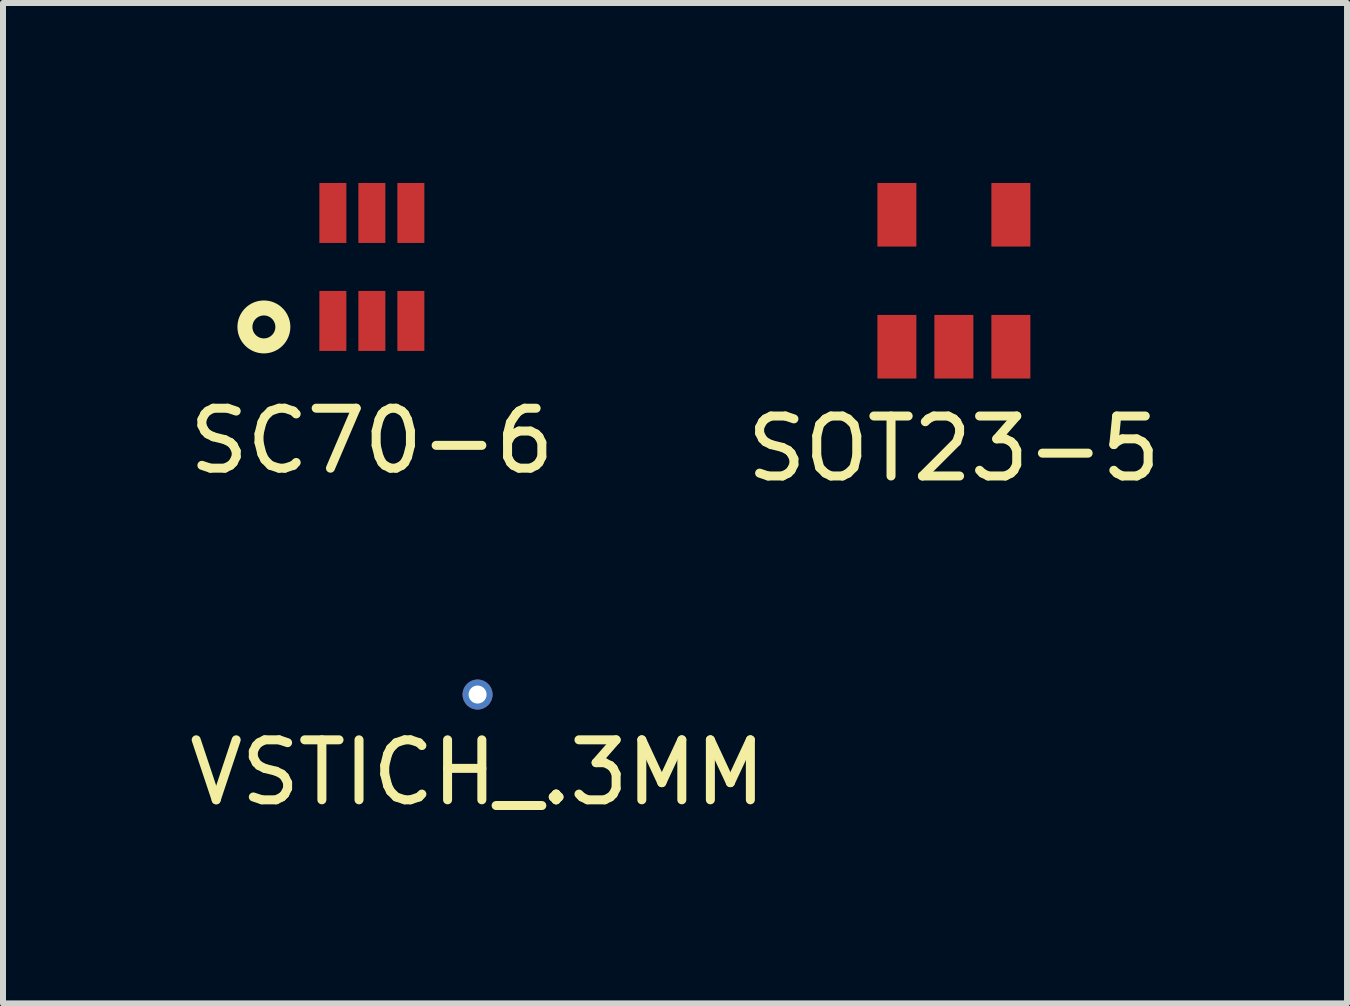
<source format=kicad_pcb>
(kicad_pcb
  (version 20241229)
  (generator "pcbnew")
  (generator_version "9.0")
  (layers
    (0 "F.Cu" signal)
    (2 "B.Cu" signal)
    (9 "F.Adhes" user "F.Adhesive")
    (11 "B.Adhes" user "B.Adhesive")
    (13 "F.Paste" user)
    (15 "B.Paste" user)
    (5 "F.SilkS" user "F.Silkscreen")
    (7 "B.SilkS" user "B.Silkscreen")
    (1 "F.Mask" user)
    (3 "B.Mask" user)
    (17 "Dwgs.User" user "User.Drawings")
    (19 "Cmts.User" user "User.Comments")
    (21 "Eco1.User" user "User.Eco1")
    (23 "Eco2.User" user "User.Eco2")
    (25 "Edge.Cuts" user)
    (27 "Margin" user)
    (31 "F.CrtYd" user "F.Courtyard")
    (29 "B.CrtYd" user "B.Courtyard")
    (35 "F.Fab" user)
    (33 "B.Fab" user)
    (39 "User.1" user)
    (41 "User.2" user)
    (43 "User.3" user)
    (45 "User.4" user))
  (footprint "SOT23-5"
    (layer "F.Cu")
    (at 12.851 1.63)
    (property "Reference" "SOT23-5" (at 0 2.8 0) (layer "F.SilkS") (effects (font (size 1 1) (thickness 0.15))))
    (attr through_hole)
    (fp_line (start -1.45 -0.8) (end -1.45 0.8) (stroke (width 0.15) (type solid)) (layer "Eco1.User"))
    (fp_line (start -1.45 0.8) (end 1.45 0.8) (stroke (width 0.15) (type solid)) (layer "Eco1.User"))
    (fp_line (start 1.45 -0.8) (end -1.45 -0.8) (stroke (width 0.15) (type solid)) (layer "Eco1.User"))
    (fp_line (start 1.45 0.8) (end 1.45 -0.8) (stroke (width 0.15) (type solid)) (layer "Eco1.User"))
    (pad "1" smd rect (at -0.95 1.1) (size 0.65 1.06) (layers "F.Cu" "F.Mask" "F.Paste"))
    (pad "2" smd rect (at 0 1.1) (size 0.65 1.06) (layers "F.Cu" "F.Mask" "F.Paste"))
    (pad "3" smd rect (at 0.95 1.1) (size 0.65 1.06) (layers "F.Cu" "F.Mask" "F.Paste"))
    (pad "4" smd rect (at 0.95 -1.1) (size 0.65 1.06) (layers "F.Cu" "F.Mask" "F.Paste"))
    (pad "5" smd rect (at -0.95 -1.1) (size 0.65 1.06) (layers "F.Cu" "F.Mask" "F.Paste")))
  (footprint "SC70-6"
    (layer "F.Cu")
    (at 3.149 1.4)
    (property "Reference" "SC70-6" (at 0 2.9 0) (layer "F.SilkS") (effects (font (size 1 1) (thickness 0.15))))
    (attr through_hole)
    (fp_circle (center -1.8 1) (end -1.9 0.7) (stroke (width 0.25) (type solid)) (fill no) (layer "F.SilkS"))
    (fp_line (start -1 -1.05) (end -1 1.05) (stroke (width 0.15) (type solid)) (layer "Eco1.User"))
    (fp_line (start -1 1.05) (end 1 1.05) (stroke (width 0.15) (type solid)) (layer "Eco1.User"))
    (fp_line (start 1 -1.05) (end -1 -1.05) (stroke (width 0.15) (type solid)) (layer "Eco1.User"))
    (fp_line (start 1 1.05) (end 1 -1.05) (stroke (width 0.15) (type solid)) (layer "Eco1.User"))
    (pad "1" smd rect (at -0.65 0.9) (size 0.45 1) (layers "F.Cu" "F.Mask" "F.Paste"))
    (pad "2" smd rect (at 0 0.9) (size 0.45 1) (layers "F.Cu" "F.Mask" "F.Paste"))
    (pad "3" smd rect (at 0.65 0.9) (size 0.45 1) (layers "F.Cu" "F.Mask" "F.Paste"))
    (pad "4" smd rect (at 0.65 -0.9) (size 0.45 1) (layers "F.Cu" "F.Mask" "F.Paste"))
    (pad "5" smd rect (at 0 -0.9) (size 0.45 1) (layers "F.Cu" "F.Mask" "F.Paste"))
    (pad "6" smd rect (at -0.65 -0.9) (size 0.45 1) (layers "F.Cu" "F.Mask" "F.Paste")))
  (footprint "VSTICH_.3MM"
    (layer "F.Cu")
    (at 4.911 8.528)
    (property "Reference" "VSTICH_.3MM" (at 0 1.3 0) (layer "F.SilkS") (effects (font (size 1 1) (thickness 0.15))))
    (attr through_hole)
    (pad "1" thru_hole circle (at 0 0) (size 0.5 0.5) (drill 0.3) (layers "*.Cu" "*.Mask")))
  (gr_rect
    (start -3 -3)
    (end 19.405 13.677)
    (stroke (width 0.1) (type default))
    (fill no)
    (layer "Edge.Cuts")))
</source>
